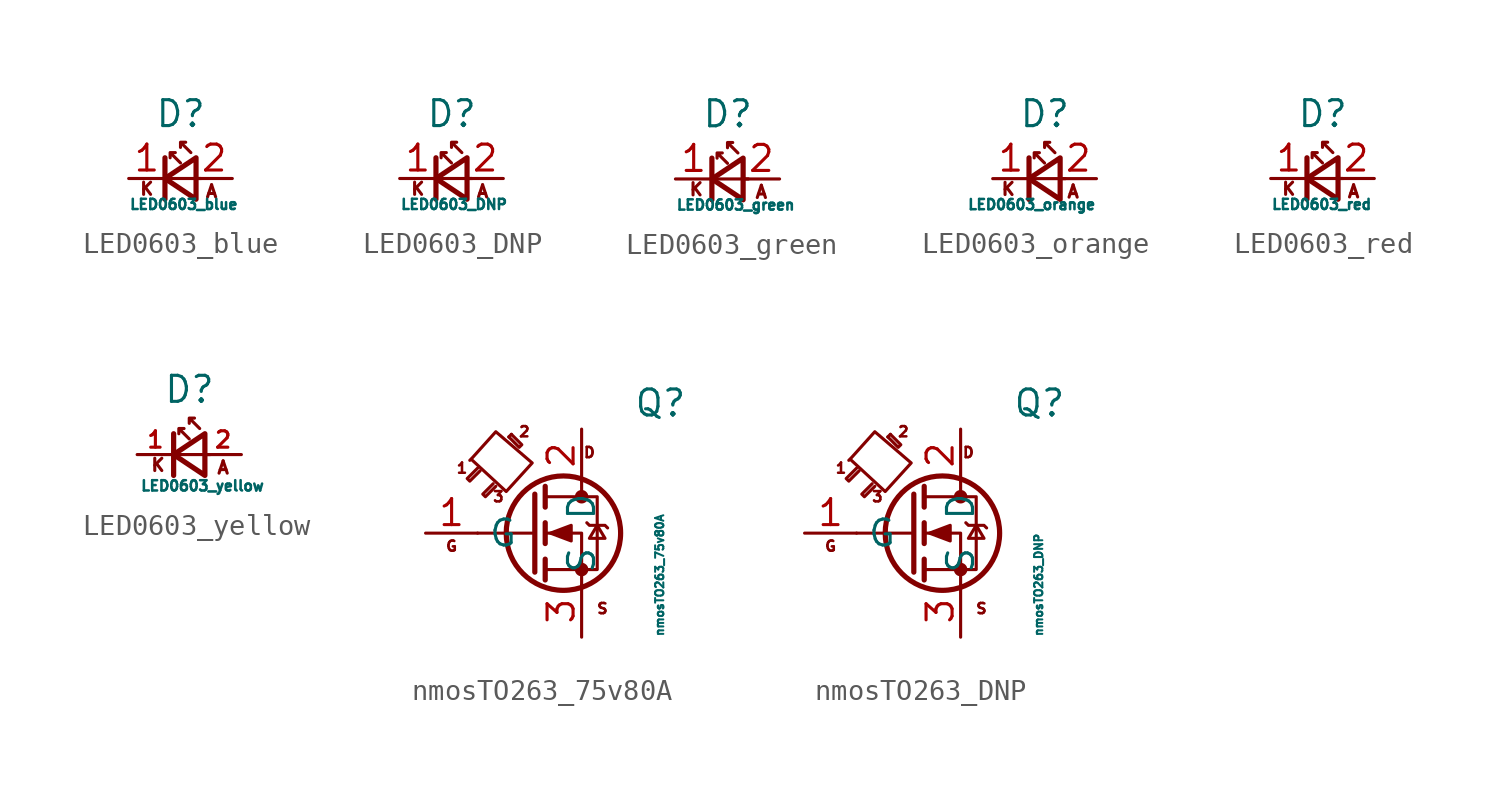
<source format=kicad_sym>
(kicad_symbol_lib
  (version 20211014)
  (generator kicad_symbol_editor)
  (symbol "LED0603_blue"
    (pin_names
      (offset 0.254) hide)
    (property "Reference" "D"
      (at -1.27 3.175 0)
      (effects (font (size 1.27 1.27)) (justify left)))
    (property "Value" "LED0603_blue"
      (at -2.54 -1.27 0)
      (effects (font (size 0.5 0.5)) (justify left)))
    (symbol "LED0603_blue_0_0"
      (text "A" (at 1.524 -0.635 0) (effects (font (size 0.6 0.6))))
      (text "K" (at -1.651 -0.508 0) (effects (font (size 0.6 0.6)))))
    (symbol "LED0603_blue_0_1"
      (polyline (pts (xy -0.762 -1.016) (xy -0.762 1.016)) (stroke (width 0.254) (type default) (color 0 0 0 0)) (fill (type none)))
      (polyline (pts (xy 1.016 0) (xy -0.762 0)) (stroke (width 0) (type default) (color 0 0 0 0)) (fill (type none)))
      (polyline (pts (xy 0.762 -1.016) (xy -0.762 0) (xy 0.762 1.016) (xy 0.762 -1.016)) (stroke (width 0.254) (type default) (color 0 0 0 0)) (fill (type none)))
      (polyline (pts (xy 0 0.762) (xy -0.508 1.27) (xy -0.254 1.27) (xy -0.508 1.27) (xy -0.508 1.016)) (stroke (width 0) (type default) (color 0 0 0 0)) (fill (type none)))
      (polyline (pts (xy 0.508 1.27) (xy 0 1.778) (xy 0.254 1.778) (xy 0 1.778) (xy 0 1.524)) (stroke (width 0) (type default) (color 0 0 0 0)) (fill (type none))))
    (symbol "LED0603_blue_1_1"
      (pin passive line (at -2.54 0 0) (length 1.778) (name "K" (effects (font (size 1.27 1.27)))) (number "1" (effects (font (size 1.27 1.27)))))
      (pin passive line (at 2.54 0 180) (length 1.778) (name "A" (effects (font (size 1.27 1.27)))) (number "2" (effects (font (size 1.27 1.27)))))))
  (symbol "LED0603_DNP"
    (pin_names
      (offset 0.254) hide)
    (property "Reference" "D"
      (at -1.27 3.175 0)
      (effects (font (size 1.27 1.27)) (justify left)))
    (property "Value" "LED0603_DNP"
      (at -2.54 -1.27 0)
      (effects (font (size 0.5 0.5)) (justify left)))
    (symbol "LED0603_DNP_0_0"
      (text "A" (at 1.524 -0.635 0) (effects (font (size 0.6 0.6))))
      (text "K" (at -1.651 -0.508 0) (effects (font (size 0.6 0.6)))))
    (symbol "LED0603_DNP_0_1"
      (polyline (pts (xy -0.762 -1.016) (xy -0.762 1.016)) (stroke (width 0.254) (type default) (color 0 0 0 0)) (fill (type none)))
      (polyline (pts (xy 1.016 0) (xy -0.762 0)) (stroke (width 0) (type default) (color 0 0 0 0)) (fill (type none)))
      (polyline (pts (xy 0.762 -1.016) (xy -0.762 0) (xy 0.762 1.016) (xy 0.762 -1.016)) (stroke (width 0.254) (type default) (color 0 0 0 0)) (fill (type none)))
      (polyline (pts (xy 0 0.762) (xy -0.508 1.27) (xy -0.254 1.27) (xy -0.508 1.27) (xy -0.508 1.016)) (stroke (width 0) (type default) (color 0 0 0 0)) (fill (type none)))
      (polyline (pts (xy 0.508 1.27) (xy 0 1.778) (xy 0.254 1.778) (xy 0 1.778) (xy 0 1.524)) (stroke (width 0) (type default) (color 0 0 0 0)) (fill (type none))))
    (symbol "LED0603_DNP_1_1"
      (pin passive line (at -2.54 0 0) (length 1.778) (name "K" (effects (font (size 1.27 1.27)))) (number "1" (effects (font (size 1.27 1.27)))))
      (pin passive line (at 2.54 0 180) (length 1.778) (name "A" (effects (font (size 1.27 1.27)))) (number "2" (effects (font (size 1.27 1.27)))))))
  (symbol "LED0603_green"
    (pin_names
      (offset 0.254) hide)
    (property "Reference" "D"
      (at -1.27 3.175 0)
      (effects (font (size 1.27 1.27)) (justify left)))
    (property "Value" "LED0603_green"
      (at -2.54 -1.27 0)
      (effects (font (size 0.5 0.5)) (justify left)))
    (symbol "LED0603_green_0_0"
      (text "A" (at 1.651 -0.635 0) (effects (font (size 0.6 0.6))))
      (text "K" (at -1.524 -0.508 0) (effects (font (size 0.6 0.6)))))
    (symbol "LED0603_green_0_1"
      (polyline (pts (xy -0.762 -1.016) (xy -0.762 1.016)) (stroke (width 0.254) (type default) (color 0 0 0 0)) (fill (type none)))
      (polyline (pts (xy 1.016 0) (xy -0.762 0)) (stroke (width 0) (type default) (color 0 0 0 0)) (fill (type none)))
      (polyline (pts (xy 0.762 -1.016) (xy -0.762 0) (xy 0.762 1.016) (xy 0.762 -1.016)) (stroke (width 0.254) (type default) (color 0 0 0 0)) (fill (type none)))
      (polyline (pts (xy 0 0.762) (xy -0.508 1.27) (xy -0.254 1.27) (xy -0.508 1.27) (xy -0.508 1.016)) (stroke (width 0) (type default) (color 0 0 0 0)) (fill (type none)))
      (polyline (pts (xy 0.508 1.27) (xy 0 1.778) (xy 0.254 1.778) (xy 0 1.778) (xy 0 1.524)) (stroke (width 0) (type default) (color 0 0 0 0)) (fill (type none))))
    (symbol "LED0603_green_1_1"
      (pin passive line (at -2.54 0 0) (length 1.778) (name "K" (effects (font (size 1.27 1.27)))) (number "1" (effects (font (size 1.27 1.27)))))
      (pin passive line (at 2.54 0 180) (length 1.778) (name "A" (effects (font (size 1.27 1.27)))) (number "2" (effects (font (size 1.27 1.27)))))))
  (symbol "LED0603_orange"
    (pin_names
      (offset 0.254) hide)
    (property "Reference" "D"
      (at -1.27 3.175 0)
      (effects (font (size 1.27 1.27)) (justify left)))
    (property "Value" "LED0603_orange"
      (at -3.81 -1.27 0)
      (effects (font (size 0.5 0.5)) (justify left)))
    (symbol "LED0603_orange_0_0"
      (text "A" (at 1.397 -0.635 0) (effects (font (size 0.6 0.6))))
      (text "K" (at -1.778 -0.508 0) (effects (font (size 0.6 0.6)))))
    (symbol "LED0603_orange_0_1"
      (polyline (pts (xy -0.762 -1.016) (xy -0.762 1.016)) (stroke (width 0.254) (type default) (color 0 0 0 0)) (fill (type none)))
      (polyline (pts (xy 1.016 0) (xy -0.762 0)) (stroke (width 0) (type default) (color 0 0 0 0)) (fill (type none)))
      (polyline (pts (xy 0.762 -1.016) (xy -0.762 0) (xy 0.762 1.016) (xy 0.762 -1.016)) (stroke (width 0.254) (type default) (color 0 0 0 0)) (fill (type none)))
      (polyline (pts (xy 0 0.762) (xy -0.508 1.27) (xy -0.254 1.27) (xy -0.508 1.27) (xy -0.508 1.016)) (stroke (width 0) (type default) (color 0 0 0 0)) (fill (type none)))
      (polyline (pts (xy 0.508 1.27) (xy 0 1.778) (xy 0.254 1.778) (xy 0 1.778) (xy 0 1.524)) (stroke (width 0) (type default) (color 0 0 0 0)) (fill (type none))))
    (symbol "LED0603_orange_1_1"
      (pin passive line (at -2.54 0 0) (length 1.778) (name "K" (effects (font (size 1.27 1.27)))) (number "1" (effects (font (size 1.27 1.27)))))
      (pin passive line (at 2.54 0 180) (length 1.778) (name "A" (effects (font (size 1.27 1.27)))) (number "2" (effects (font (size 1.27 1.27)))))))
  (symbol "LED0603_red"
    (pin_names
      (offset 0.254) hide)
    (property "Reference" "D"
      (at -1.27 3.175 0)
      (effects (font (size 1.27 1.27)) (justify left)))
    (property "Value" "LED0603_red"
      (at -2.54 -1.27 0)
      (effects (font (size 0.5 0.5)) (justify left)))
    (symbol "LED0603_red_0_0"
      (text "A" (at 1.524 -0.635 0) (effects (font (size 0.6 0.6))))
      (text "K" (at -1.651 -0.508 0) (effects (font (size 0.6 0.6)))))
    (symbol "LED0603_red_0_1"
      (polyline (pts (xy -0.762 -1.016) (xy -0.762 1.016)) (stroke (width 0.254) (type default) (color 0 0 0 0)) (fill (type none)))
      (polyline (pts (xy 1.016 0) (xy -0.762 0)) (stroke (width 0) (type default) (color 0 0 0 0)) (fill (type none)))
      (polyline (pts (xy 0.762 -1.016) (xy -0.762 0) (xy 0.762 1.016) (xy 0.762 -1.016)) (stroke (width 0.254) (type default) (color 0 0 0 0)) (fill (type none)))
      (polyline (pts (xy 0 0.762) (xy -0.508 1.27) (xy -0.254 1.27) (xy -0.508 1.27) (xy -0.508 1.016)) (stroke (width 0) (type default) (color 0 0 0 0)) (fill (type none)))
      (polyline (pts (xy 0.508 1.27) (xy 0 1.778) (xy 0.254 1.778) (xy 0 1.778) (xy 0 1.524)) (stroke (width 0) (type default) (color 0 0 0 0)) (fill (type none))))
    (symbol "LED0603_red_1_1"
      (pin passive line (at -2.54 0 0) (length 1.778) (name "K" (effects (font (size 1.27 1.27)))) (number "1" (effects (font (size 1.27 1.27)))))
      (pin passive line (at 2.54 0 180) (length 1.778) (name "A" (effects (font (size 1.27 1.27)))) (number "2" (effects (font (size 1.27 1.27)))))))
  (symbol "LED0603_yellow"
    (pin_names
      (offset 0.254) hide)
    (property "Reference" "D"
      (at -1.27 3.175 0)
      (effects (font (size 1.27 1.27)) (justify left)))
    (property "Value" "LED0603_yellow"
      (at -2.413 -1.524 0)
      (effects (font (size 0.5 0.5)) (justify left)))
    (symbol "LED0603_yellow_0_0"
      (text "A" (at 1.651 -0.635 0) (effects (font (size 0.6 0.6))))
      (text "K" (at -1.524 -0.508 0) (effects (font (size 0.6 0.6)))))
    (symbol "LED0603_yellow_0_1"
      (polyline (pts (xy -0.762 -1.016) (xy -0.762 1.016)) (stroke (width 0.254) (type default) (color 0 0 0 0)) (fill (type none)))
      (polyline (pts (xy 1.016 0) (xy -0.762 0)) (stroke (width 0) (type default) (color 0 0 0 0)) (fill (type none)))
      (polyline (pts (xy 0.762 -1.016) (xy -0.762 0) (xy 0.762 1.016) (xy 0.762 -1.016)) (stroke (width 0.254) (type default) (color 0 0 0 0)) (fill (type none)))
      (polyline (pts (xy 0 0.762) (xy -0.508 1.27) (xy -0.254 1.27) (xy -0.508 1.27) (xy -0.508 1.016)) (stroke (width 0) (type default) (color 0 0 0 0)) (fill (type none)))
      (polyline (pts (xy 0.508 1.27) (xy 0 1.778) (xy 0.254 1.778) (xy 0 1.778) (xy 0 1.524)) (stroke (width 0) (type default) (color 0 0 0 0)) (fill (type none))))
    (symbol "LED0603_yellow_1_1"
      (pin passive line (at -2.54 0 0) (length 1.778) (name "K" (effects (font (size 0.8 0.8)))) (number "1" (effects (font (size 0.8 0.8)))))
      (pin passive line (at 2.54 0 180) (length 1.778) (name "A" (effects (font (size 0.8 0.8)))) (number "2" (effects (font (size 0.8 0.8)))))))
  (symbol "nmosTO263_75v80A"
    (property "Reference" "Q"
      (at 5.08 6.35 0)
      (effects (font (size 1.27 1.27)) (justify left)))
    (property "Value" "nmosTO263_75v80A"
      (at 6.35 -5.08 90)
      (effects (font (size 0.4 0.4)) (justify left)))
    (symbol "nmosTO263_75v80A_0_0"
      (polyline (pts (xy -0.889 4.826) (xy -1.016 4.699)) (stroke (width 0) (type default) (color 0 0 0 0)) (fill (type none)))
      (text "1" (at -3.302 3.175 0) (effects (font (size 0.5 0.5))))
      (text "2" (at -0.254 4.953 0) (effects (font (size 0.5 0.5))))
      (text "3" (at -1.524 1.778 0) (effects (font (size 0.5 0.5))))
      (text "D" (at 2.921 3.937 0) (effects (font (size 0.5 0.5))))
      (text "G" (at -3.81 -0.635 0) (effects (font (size 0.5 0.5))))
      (text "S" (at 3.556 -3.683 0) (effects (font (size 0.5 0.5)))))
    (symbol "nmosTO263_75v80A_0_1"
      (polyline (pts (xy 0.254 0) (xy -2.54 0)) (stroke (width 0) (type default) (color 0 0 0 0)) (fill (type none)))
      (polyline (pts (xy 0.254 1.905) (xy 0.254 -1.905)) (stroke (width 0.254) (type default) (color 0 0 0 0)) (fill (type none)))
      (polyline (pts (xy 0.762 -1.27) (xy 0.762 -2.286)) (stroke (width 0.254) (type default) (color 0 0 0 0)) (fill (type none)))
      (polyline (pts (xy 0.762 0.508) (xy 0.762 -0.508)) (stroke (width 0.254) (type default) (color 0 0 0 0)) (fill (type none)))
      (polyline (pts (xy 0.762 2.286) (xy 0.762 1.27)) (stroke (width 0.254) (type default) (color 0 0 0 0)) (fill (type none)))
      (polyline (pts (xy 2.54 2.54) (xy 2.54 1.778)) (stroke (width 0) (type default) (color 0 0 0 0)) (fill (type none)))
      (polyline (pts (xy 2.54 -2.54) (xy 2.54 0) (xy 0.762 0)) (stroke (width 0) (type default) (color 0 0 0 0)) (fill (type none)))
      (polyline (pts (xy -2.54 3.175) (xy -3.048 2.667) (xy -2.921 2.54) (xy -2.413 3.048)) (stroke (width 0) (type default) (color 0 0 0 0)) (fill (type none)))
      (polyline (pts (xy -1.778 2.413) (xy -2.286 1.905) (xy -2.159 1.778) (xy -1.651 2.286)) (stroke (width 0) (type default) (color 0 0 0 0)) (fill (type none)))
      (polyline (pts (xy -1.016 4.699) (xy -0.508 4.191) (xy -0.381 4.318) (xy -0.889 4.826)) (stroke (width 0) (type default) (color 0 0 0 0)) (fill (type none)))
      (polyline (pts (xy 0.762 -1.778) (xy 3.302 -1.778) (xy 3.302 1.778) (xy 0.762 1.778)) (stroke (width 0) (type default) (color 0 0 0 0)) (fill (type none)))
      (polyline (pts (xy 1.016 0) (xy 2.032 0.381) (xy 2.032 -0.381) (xy 1.016 0)) (stroke (width 0) (type default) (color 0 0 0 0)) (fill (type outline)))
      (polyline (pts (xy 2.794 0.508) (xy 2.921 0.381) (xy 3.683 0.381) (xy 3.81 0.254)) (stroke (width 0) (type default) (color 0 0 0 0)) (fill (type none)))
      (polyline (pts (xy 3.302 0.381) (xy 2.921 -0.254) (xy 3.683 -0.254) (xy 3.302 0.381)) (stroke (width 0) (type default) (color 0 0 0 0)) (fill (type none)))
      (polyline (pts (xy -2.794 3.556) (xy -1.143 2.032) (xy 0.127 3.429) (xy -1.651 4.953) (xy -2.794 3.683) (xy -2.921 3.556)) (stroke (width 0) (type default) (color 0 0 0 0)) (fill (type none)))
      (circle (center 1.651 0) (radius 2.794) (stroke (width 0.254) (type default) (color 0 0 0 0)) (fill (type none)))
      (circle (center 2.54 -1.778) (radius 0.254) (stroke (width 0) (type default) (color 0 0 0 0)) (fill (type outline)))
      (circle (center 2.54 1.778) (radius 0.254) (stroke (width 0) (type default) (color 0 0 0 0)) (fill (type outline))))
    (symbol "nmosTO263_75v80A_1_1"
      (pin passive line (at -5.08 0 0) (length 2.54) (name "G" (effects (font (size 1.27 1.27)))) (number "1" (effects (font (size 1.27 1.27)))))
      (pin passive line (at 2.54 5.08 270) (length 2.54) (name "D" (effects (font (size 1.27 1.27)))) (number "2" (effects (font (size 1.27 1.27)))))
      (pin passive line (at 2.54 -5.08 90) (length 2.54) (name "S" (effects (font (size 1.27 1.27)))) (number "3" (effects (font (size 1.27 1.27)))))))
  (symbol "nmosTO263_DNP"
    (property "Reference" "Q"
      (at 5.08 6.35 0)
      (effects (font (size 1.27 1.27)) (justify left)))
    (property "Value" "nmosTO263_DNP"
      (at 6.35 -5.08 90)
      (effects (font (size 0.4 0.4)) (justify left)))
    (symbol "nmosTO263_DNP_0_0"
      (polyline (pts (xy -0.889 4.826) (xy -1.016 4.699)) (stroke (width 0) (type default) (color 0 0 0 0)) (fill (type none)))
      (text "1" (at -3.302 3.175 0) (effects (font (size 0.5 0.5))))
      (text "2" (at -0.254 4.953 0) (effects (font (size 0.5 0.5))))
      (text "3" (at -1.524 1.778 0) (effects (font (size 0.5 0.5))))
      (text "D" (at 2.921 3.937 0) (effects (font (size 0.5 0.5))))
      (text "G" (at -3.81 -0.635 0) (effects (font (size 0.5 0.5))))
      (text "S" (at 3.556 -3.683 0) (effects (font (size 0.5 0.5)))))
    (symbol "nmosTO263_DNP_0_1"
      (polyline (pts (xy 0.254 0) (xy -2.54 0)) (stroke (width 0) (type default) (color 0 0 0 0)) (fill (type none)))
      (polyline (pts (xy 0.254 1.905) (xy 0.254 -1.905)) (stroke (width 0.254) (type default) (color 0 0 0 0)) (fill (type none)))
      (polyline (pts (xy 0.762 -1.27) (xy 0.762 -2.286)) (stroke (width 0.254) (type default) (color 0 0 0 0)) (fill (type none)))
      (polyline (pts (xy 0.762 0.508) (xy 0.762 -0.508)) (stroke (width 0.254) (type default) (color 0 0 0 0)) (fill (type none)))
      (polyline (pts (xy 0.762 2.286) (xy 0.762 1.27)) (stroke (width 0.254) (type default) (color 0 0 0 0)) (fill (type none)))
      (polyline (pts (xy 2.54 2.54) (xy 2.54 1.778)) (stroke (width 0) (type default) (color 0 0 0 0)) (fill (type none)))
      (polyline (pts (xy 2.54 -2.54) (xy 2.54 0) (xy 0.762 0)) (stroke (width 0) (type default) (color 0 0 0 0)) (fill (type none)))
      (polyline (pts (xy -2.54 3.175) (xy -3.048 2.667) (xy -2.921 2.54) (xy -2.413 3.048)) (stroke (width 0) (type default) (color 0 0 0 0)) (fill (type none)))
      (polyline (pts (xy -1.778 2.413) (xy -2.286 1.905) (xy -2.159 1.778) (xy -1.651 2.286)) (stroke (width 0) (type default) (color 0 0 0 0)) (fill (type none)))
      (polyline (pts (xy -1.016 4.699) (xy -0.508 4.191) (xy -0.381 4.318) (xy -0.889 4.826)) (stroke (width 0) (type default) (color 0 0 0 0)) (fill (type none)))
      (polyline (pts (xy 0.762 -1.778) (xy 3.302 -1.778) (xy 3.302 1.778) (xy 0.762 1.778)) (stroke (width 0) (type default) (color 0 0 0 0)) (fill (type none)))
      (polyline (pts (xy 1.016 0) (xy 2.032 0.381) (xy 2.032 -0.381) (xy 1.016 0)) (stroke (width 0) (type default) (color 0 0 0 0)) (fill (type outline)))
      (polyline (pts (xy 2.794 0.508) (xy 2.921 0.381) (xy 3.683 0.381) (xy 3.81 0.254)) (stroke (width 0) (type default) (color 0 0 0 0)) (fill (type none)))
      (polyline (pts (xy 3.302 0.381) (xy 2.921 -0.254) (xy 3.683 -0.254) (xy 3.302 0.381)) (stroke (width 0) (type default) (color 0 0 0 0)) (fill (type none)))
      (polyline (pts (xy -2.794 3.556) (xy -1.143 2.032) (xy 0.127 3.429) (xy -1.651 4.953) (xy -2.794 3.683) (xy -2.921 3.556)) (stroke (width 0) (type default) (color 0 0 0 0)) (fill (type none)))
      (circle (center 1.651 0) (radius 2.794) (stroke (width 0.254) (type default) (color 0 0 0 0)) (fill (type none)))
      (circle (center 2.54 -1.778) (radius 0.254) (stroke (width 0) (type default) (color 0 0 0 0)) (fill (type outline)))
      (circle (center 2.54 1.778) (radius 0.254) (stroke (width 0) (type default) (color 0 0 0 0)) (fill (type outline))))
    (symbol "nmosTO263_DNP_1_1"
      (pin passive line (at -5.08 0 0) (length 2.54) (name "G" (effects (font (size 1.27 1.27)))) (number "1" (effects (font (size 1.27 1.27)))))
      (pin passive line (at 2.54 5.08 270) (length 2.54) (name "D" (effects (font (size 1.27 1.27)))) (number "2" (effects (font (size 1.27 1.27)))))
      (pin passive line (at 2.54 -5.08 90) (length 2.54) (name "S" (effects (font (size 1.27 1.27)))) (number "3" (effects (font (size 1.27 1.27))))))))
</source>
